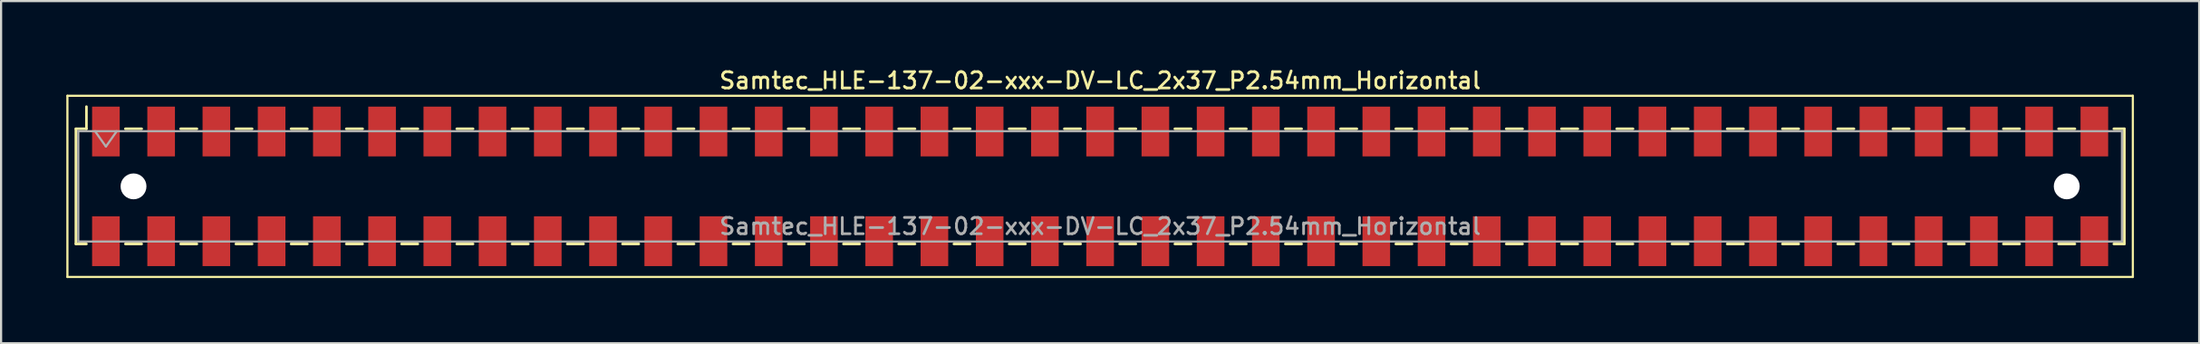
<source format=kicad_pcb>
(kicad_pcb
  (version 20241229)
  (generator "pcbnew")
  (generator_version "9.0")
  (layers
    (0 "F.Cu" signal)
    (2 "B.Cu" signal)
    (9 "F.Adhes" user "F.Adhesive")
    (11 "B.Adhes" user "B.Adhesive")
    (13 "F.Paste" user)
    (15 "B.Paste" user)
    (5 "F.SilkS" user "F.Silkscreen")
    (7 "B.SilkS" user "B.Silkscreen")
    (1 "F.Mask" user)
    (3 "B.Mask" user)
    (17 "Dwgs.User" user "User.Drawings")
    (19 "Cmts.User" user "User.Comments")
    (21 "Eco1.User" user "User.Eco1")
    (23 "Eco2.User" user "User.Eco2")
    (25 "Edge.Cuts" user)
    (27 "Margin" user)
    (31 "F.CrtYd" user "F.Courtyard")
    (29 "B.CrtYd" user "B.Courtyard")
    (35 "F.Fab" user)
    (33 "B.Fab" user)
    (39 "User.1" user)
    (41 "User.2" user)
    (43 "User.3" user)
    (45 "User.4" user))
  (footprint "Samtec_HLE-137-02-xxx-DV-LC_2x37_P2.54mm_Horizontal"
    (layer "F.Cu")
    (at 47.54 5.528)
    (property "Reference" "Samtec_HLE-137-02-xxx-DV-LC_2x37_P2.54mm_Horizontal" (at 0 -4.87 0) (layer "F.SilkS") (effects (font (size 0.75 0.75) (thickness 0.125))))
    (attr smd)
    (fp_line (start -47.49 -4.17) (end 47.49 -4.17) (stroke (width 0.1) (type solid)) (layer "F.SilkS"))
    (fp_line (start -47.49 4.17) (end -47.49 -4.17) (stroke (width 0.1) (type solid)) (layer "F.SilkS"))
    (fp_line (start -47.1 -2.65) (end -47.1 2.65) (stroke (width 0.12) (type solid)) (layer "F.SilkS"))
    (fp_line (start -47.1 2.65) (end -46.615 2.65) (stroke (width 0.12) (type solid)) (layer "F.SilkS"))
    (fp_line (start -46.615 -3.67) (end -46.615 -2.65) (stroke (width 0.12) (type solid)) (layer "F.SilkS"))
    (fp_line (start -46.615 -2.65) (end -47.1 -2.65) (stroke (width 0.12) (type solid)) (layer "F.SilkS"))
    (fp_line (start -44.825 -2.65) (end -44.075 -2.65) (stroke (width 0.12) (type solid)) (layer "F.SilkS"))
    (fp_line (start -44.825 2.65) (end -44.075 2.65) (stroke (width 0.12) (type solid)) (layer "F.SilkS"))
    (fp_line (start -42.285 -2.65) (end -41.535 -2.65) (stroke (width 0.12) (type solid)) (layer "F.SilkS"))
    (fp_line (start -42.285 2.65) (end -41.535 2.65) (stroke (width 0.12) (type solid)) (layer "F.SilkS"))
    (fp_line (start -39.745 -2.65) (end -38.995 -2.65) (stroke (width 0.12) (type solid)) (layer "F.SilkS"))
    (fp_line (start -39.745 2.65) (end -38.995 2.65) (stroke (width 0.12) (type solid)) (layer "F.SilkS"))
    (fp_line (start -37.205 -2.65) (end -36.455 -2.65) (stroke (width 0.12) (type solid)) (layer "F.SilkS"))
    (fp_line (start -37.205 2.65) (end -36.455 2.65) (stroke (width 0.12) (type solid)) (layer "F.SilkS"))
    (fp_line (start -34.665 -2.65) (end -33.915 -2.65) (stroke (width 0.12) (type solid)) (layer "F.SilkS"))
    (fp_line (start -34.665 2.65) (end -33.915 2.65) (stroke (width 0.12) (type solid)) (layer "F.SilkS"))
    (fp_line (start -32.125 -2.65) (end -31.375 -2.65) (stroke (width 0.12) (type solid)) (layer "F.SilkS"))
    (fp_line (start -32.125 2.65) (end -31.375 2.65) (stroke (width 0.12) (type solid)) (layer "F.SilkS"))
    (fp_line (start -29.585 -2.65) (end -28.835 -2.65) (stroke (width 0.12) (type solid)) (layer "F.SilkS"))
    (fp_line (start -29.585 2.65) (end -28.835 2.65) (stroke (width 0.12) (type solid)) (layer "F.SilkS"))
    (fp_line (start -27.045 -2.65) (end -26.295 -2.65) (stroke (width 0.12) (type solid)) (layer "F.SilkS"))
    (fp_line (start -27.045 2.65) (end -26.295 2.65) (stroke (width 0.12) (type solid)) (layer "F.SilkS"))
    (fp_line (start -24.505 -2.65) (end -23.755 -2.65) (stroke (width 0.12) (type solid)) (layer "F.SilkS"))
    (fp_line (start -24.505 2.65) (end -23.755 2.65) (stroke (width 0.12) (type solid)) (layer "F.SilkS"))
    (fp_line (start -21.965 -2.65) (end -21.215 -2.65) (stroke (width 0.12) (type solid)) (layer "F.SilkS"))
    (fp_line (start -21.965 2.65) (end -21.215 2.65) (stroke (width 0.12) (type solid)) (layer "F.SilkS"))
    (fp_line (start -19.425 -2.65) (end -18.675 -2.65) (stroke (width 0.12) (type solid)) (layer "F.SilkS"))
    (fp_line (start -19.425 2.65) (end -18.675 2.65) (stroke (width 0.12) (type solid)) (layer "F.SilkS"))
    (fp_line (start -16.885 -2.65) (end -16.135 -2.65) (stroke (width 0.12) (type solid)) (layer "F.SilkS"))
    (fp_line (start -16.885 2.65) (end -16.135 2.65) (stroke (width 0.12) (type solid)) (layer "F.SilkS"))
    (fp_line (start -14.345 -2.65) (end -13.595 -2.65) (stroke (width 0.12) (type solid)) (layer "F.SilkS"))
    (fp_line (start -14.345 2.65) (end -13.595 2.65) (stroke (width 0.12) (type solid)) (layer "F.SilkS"))
    (fp_line (start -11.805 -2.65) (end -11.055 -2.65) (stroke (width 0.12) (type solid)) (layer "F.SilkS"))
    (fp_line (start -11.805 2.65) (end -11.055 2.65) (stroke (width 0.12) (type solid)) (layer "F.SilkS"))
    (fp_line (start -9.265 -2.65) (end -8.515 -2.65) (stroke (width 0.12) (type solid)) (layer "F.SilkS"))
    (fp_line (start -9.265 2.65) (end -8.515 2.65) (stroke (width 0.12) (type solid)) (layer "F.SilkS"))
    (fp_line (start -6.725 -2.65) (end -5.975 -2.65) (stroke (width 0.12) (type solid)) (layer "F.SilkS"))
    (fp_line (start -6.725 2.65) (end -5.975 2.65) (stroke (width 0.12) (type solid)) (layer "F.SilkS"))
    (fp_line (start -4.185 -2.65) (end -3.435 -2.65) (stroke (width 0.12) (type solid)) (layer "F.SilkS"))
    (fp_line (start -4.185 2.65) (end -3.435 2.65) (stroke (width 0.12) (type solid)) (layer "F.SilkS"))
    (fp_line (start -1.645 -2.65) (end -0.895 -2.65) (stroke (width 0.12) (type solid)) (layer "F.SilkS"))
    (fp_line (start -1.645 2.65) (end -0.895 2.65) (stroke (width 0.12) (type solid)) (layer "F.SilkS"))
    (fp_line (start 0.895 -2.65) (end 1.645 -2.65) (stroke (width 0.12) (type solid)) (layer "F.SilkS"))
    (fp_line (start 0.895 2.65) (end 1.645 2.65) (stroke (width 0.12) (type solid)) (layer "F.SilkS"))
    (fp_line (start 3.435 -2.65) (end 4.185 -2.65) (stroke (width 0.12) (type solid)) (layer "F.SilkS"))
    (fp_line (start 3.435 2.65) (end 4.185 2.65) (stroke (width 0.12) (type solid)) (layer "F.SilkS"))
    (fp_line (start 5.975 -2.65) (end 6.725 -2.65) (stroke (width 0.12) (type solid)) (layer "F.SilkS"))
    (fp_line (start 5.975 2.65) (end 6.725 2.65) (stroke (width 0.12) (type solid)) (layer "F.SilkS"))
    (fp_line (start 8.515 -2.65) (end 9.265 -2.65) (stroke (width 0.12) (type solid)) (layer "F.SilkS"))
    (fp_line (start 8.515 2.65) (end 9.265 2.65) (stroke (width 0.12) (type solid)) (layer "F.SilkS"))
    (fp_line (start 11.055 -2.65) (end 11.805 -2.65) (stroke (width 0.12) (type solid)) (layer "F.SilkS"))
    (fp_line (start 11.055 2.65) (end 11.805 2.65) (stroke (width 0.12) (type solid)) (layer "F.SilkS"))
    (fp_line (start 13.595 -2.65) (end 14.345 -2.65) (stroke (width 0.12) (type solid)) (layer "F.SilkS"))
    (fp_line (start 13.595 2.65) (end 14.345 2.65) (stroke (width 0.12) (type solid)) (layer "F.SilkS"))
    (fp_line (start 16.135 -2.65) (end 16.885 -2.65) (stroke (width 0.12) (type solid)) (layer "F.SilkS"))
    (fp_line (start 16.135 2.65) (end 16.885 2.65) (stroke (width 0.12) (type solid)) (layer "F.SilkS"))
    (fp_line (start 18.675 -2.65) (end 19.425 -2.65) (stroke (width 0.12) (type solid)) (layer "F.SilkS"))
    (fp_line (start 18.675 2.65) (end 19.425 2.65) (stroke (width 0.12) (type solid)) (layer "F.SilkS"))
    (fp_line (start 21.215 -2.65) (end 21.965 -2.65) (stroke (width 0.12) (type solid)) (layer "F.SilkS"))
    (fp_line (start 21.215 2.65) (end 21.965 2.65) (stroke (width 0.12) (type solid)) (layer "F.SilkS"))
    (fp_line (start 23.755 -2.65) (end 24.505 -2.65) (stroke (width 0.12) (type solid)) (layer "F.SilkS"))
    (fp_line (start 23.755 2.65) (end 24.505 2.65) (stroke (width 0.12) (type solid)) (layer "F.SilkS"))
    (fp_line (start 26.295 -2.65) (end 27.045 -2.65) (stroke (width 0.12) (type solid)) (layer "F.SilkS"))
    (fp_line (start 26.295 2.65) (end 27.045 2.65) (stroke (width 0.12) (type solid)) (layer "F.SilkS"))
    (fp_line (start 28.835 -2.65) (end 29.585 -2.65) (stroke (width 0.12) (type solid)) (layer "F.SilkS"))
    (fp_line (start 28.835 2.65) (end 29.585 2.65) (stroke (width 0.12) (type solid)) (layer "F.SilkS"))
    (fp_line (start 31.375 -2.65) (end 32.125 -2.65) (stroke (width 0.12) (type solid)) (layer "F.SilkS"))
    (fp_line (start 31.375 2.65) (end 32.125 2.65) (stroke (width 0.12) (type solid)) (layer "F.SilkS"))
    (fp_line (start 33.915 -2.65) (end 34.665 -2.65) (stroke (width 0.12) (type solid)) (layer "F.SilkS"))
    (fp_line (start 33.915 2.65) (end 34.665 2.65) (stroke (width 0.12) (type solid)) (layer "F.SilkS"))
    (fp_line (start 36.455 -2.65) (end 37.205 -2.65) (stroke (width 0.12) (type solid)) (layer "F.SilkS"))
    (fp_line (start 36.455 2.65) (end 37.205 2.65) (stroke (width 0.12) (type solid)) (layer "F.SilkS"))
    (fp_line (start 38.995 -2.65) (end 39.745 -2.65) (stroke (width 0.12) (type solid)) (layer "F.SilkS"))
    (fp_line (start 38.995 2.65) (end 39.745 2.65) (stroke (width 0.12) (type solid)) (layer "F.SilkS"))
    (fp_line (start 41.535 -2.65) (end 42.285 -2.65) (stroke (width 0.12) (type solid)) (layer "F.SilkS"))
    (fp_line (start 41.535 2.65) (end 42.285 2.65) (stroke (width 0.12) (type solid)) (layer "F.SilkS"))
    (fp_line (start 44.075 -2.65) (end 44.825 -2.65) (stroke (width 0.12) (type solid)) (layer "F.SilkS"))
    (fp_line (start 44.075 2.65) (end 44.825 2.65) (stroke (width 0.12) (type solid)) (layer "F.SilkS"))
    (fp_line (start 46.615 -2.65) (end 47.1 -2.65) (stroke (width 0.12) (type solid)) (layer "F.SilkS"))
    (fp_line (start 47.1 -2.65) (end 47.1 2.65) (stroke (width 0.12) (type solid)) (layer "F.SilkS"))
    (fp_line (start 47.1 2.65) (end 46.615 2.65) (stroke (width 0.12) (type solid)) (layer "F.SilkS"))
    (fp_line (start 47.49 -4.17) (end 47.49 4.17) (stroke (width 0.1) (type solid)) (layer "F.SilkS"))
    (fp_line (start 47.49 4.17) (end -47.49 4.17) (stroke (width 0.1) (type solid)) (layer "F.SilkS"))
    (fp_line (start -46.99 -2.54) (end 46.99 -2.54) (stroke (width 0.1) (type solid)) (layer "F.Fab"))
    (fp_line (start -46.99 2.54) (end -46.99 -2.54) (stroke (width 0.1) (type solid)) (layer "F.Fab"))
    (fp_line (start -46.22 -2.54) (end -45.72 -1.833) (stroke (width 0.1) (type solid)) (layer "F.Fab"))
    (fp_line (start -45.72 -1.833) (end -45.22 -2.54) (stroke (width 0.1) (type solid)) (layer "F.Fab"))
    (fp_line (start 46.99 -2.54) (end 46.99 2.54) (stroke (width 0.1) (type solid)) (layer "F.Fab"))
    (fp_line (start 46.99 2.54) (end -46.99 2.54) (stroke (width 0.1) (type solid)) (layer "F.Fab"))
    (fp_text user "${REFERENCE}" (at 0 1.84 0) (layer "F.Fab") (effects (font (size 0.75 0.75) (thickness 0.125))))
    (pad "" np_thru_hole circle (at -44.45 0) (size 1.19 1.19) (drill 1.19) (layers "*.Cu" "*.Mask"))
    (pad "" np_thru_hole circle (at 44.45 0) (size 1.19 1.19) (drill 1.19) (layers "*.Cu" "*.Mask"))
    (pad "1" smd rect (at -45.72 -2.525) (size 1.27 2.29) (layers "F.Cu" "F.Mask" "F.Paste"))
    (pad "2" smd rect (at -45.72 2.525) (size 1.27 2.29) (layers "F.Cu" "F.Mask" "F.Paste"))
    (pad "3" smd rect (at -43.18 -2.525) (size 1.27 2.29) (layers "F.Cu" "F.Mask" "F.Paste"))
    (pad "4" smd rect (at -43.18 2.525) (size 1.27 2.29) (layers "F.Cu" "F.Mask" "F.Paste"))
    (pad "5" smd rect (at -40.64 -2.525) (size 1.27 2.29) (layers "F.Cu" "F.Mask" "F.Paste"))
    (pad "6" smd rect (at -40.64 2.525) (size 1.27 2.29) (layers "F.Cu" "F.Mask" "F.Paste"))
    (pad "7" smd rect (at -38.1 -2.525) (size 1.27 2.29) (layers "F.Cu" "F.Mask" "F.Paste"))
    (pad "8" smd rect (at -38.1 2.525) (size 1.27 2.29) (layers "F.Cu" "F.Mask" "F.Paste"))
    (pad "9" smd rect (at -35.56 -2.525) (size 1.27 2.29) (layers "F.Cu" "F.Mask" "F.Paste"))
    (pad "10" smd rect (at -35.56 2.525) (size 1.27 2.29) (layers "F.Cu" "F.Mask" "F.Paste"))
    (pad "11" smd rect (at -33.02 -2.525) (size 1.27 2.29) (layers "F.Cu" "F.Mask" "F.Paste"))
    (pad "12" smd rect (at -33.02 2.525) (size 1.27 2.29) (layers "F.Cu" "F.Mask" "F.Paste"))
    (pad "13" smd rect (at -30.48 -2.525) (size 1.27 2.29) (layers "F.Cu" "F.Mask" "F.Paste"))
    (pad "14" smd rect (at -30.48 2.525) (size 1.27 2.29) (layers "F.Cu" "F.Mask" "F.Paste"))
    (pad "15" smd rect (at -27.94 -2.525) (size 1.27 2.29) (layers "F.Cu" "F.Mask" "F.Paste"))
    (pad "16" smd rect (at -27.94 2.525) (size 1.27 2.29) (layers "F.Cu" "F.Mask" "F.Paste"))
    (pad "17" smd rect (at -25.4 -2.525) (size 1.27 2.29) (layers "F.Cu" "F.Mask" "F.Paste"))
    (pad "18" smd rect (at -25.4 2.525) (size 1.27 2.29) (layers "F.Cu" "F.Mask" "F.Paste"))
    (pad "19" smd rect (at -22.86 -2.525) (size 1.27 2.29) (layers "F.Cu" "F.Mask" "F.Paste"))
    (pad "20" smd rect (at -22.86 2.525) (size 1.27 2.29) (layers "F.Cu" "F.Mask" "F.Paste"))
    (pad "21" smd rect (at -20.32 -2.525) (size 1.27 2.29) (layers "F.Cu" "F.Mask" "F.Paste"))
    (pad "22" smd rect (at -20.32 2.525) (size 1.27 2.29) (layers "F.Cu" "F.Mask" "F.Paste"))
    (pad "23" smd rect (at -17.78 -2.525) (size 1.27 2.29) (layers "F.Cu" "F.Mask" "F.Paste"))
    (pad "24" smd rect (at -17.78 2.525) (size 1.27 2.29) (layers "F.Cu" "F.Mask" "F.Paste"))
    (pad "25" smd rect (at -15.24 -2.525) (size 1.27 2.29) (layers "F.Cu" "F.Mask" "F.Paste"))
    (pad "26" smd rect (at -15.24 2.525) (size 1.27 2.29) (layers "F.Cu" "F.Mask" "F.Paste"))
    (pad "27" smd rect (at -12.7 -2.525) (size 1.27 2.29) (layers "F.Cu" "F.Mask" "F.Paste"))
    (pad "28" smd rect (at -12.7 2.525) (size 1.27 2.29) (layers "F.Cu" "F.Mask" "F.Paste"))
    (pad "29" smd rect (at -10.16 -2.525) (size 1.27 2.29) (layers "F.Cu" "F.Mask" "F.Paste"))
    (pad "30" smd rect (at -10.16 2.525) (size 1.27 2.29) (layers "F.Cu" "F.Mask" "F.Paste"))
    (pad "31" smd rect (at -7.62 -2.525) (size 1.27 2.29) (layers "F.Cu" "F.Mask" "F.Paste"))
    (pad "32" smd rect (at -7.62 2.525) (size 1.27 2.29) (layers "F.Cu" "F.Mask" "F.Paste"))
    (pad "33" smd rect (at -5.08 -2.525) (size 1.27 2.29) (layers "F.Cu" "F.Mask" "F.Paste"))
    (pad "34" smd rect (at -5.08 2.525) (size 1.27 2.29) (layers "F.Cu" "F.Mask" "F.Paste"))
    (pad "35" smd rect (at -2.54 -2.525) (size 1.27 2.29) (layers "F.Cu" "F.Mask" "F.Paste"))
    (pad "36" smd rect (at -2.54 2.525) (size 1.27 2.29) (layers "F.Cu" "F.Mask" "F.Paste"))
    (pad "37" smd rect (at 0 -2.525) (size 1.27 2.29) (layers "F.Cu" "F.Mask" "F.Paste"))
    (pad "38" smd rect (at 0 2.525) (size 1.27 2.29) (layers "F.Cu" "F.Mask" "F.Paste"))
    (pad "39" smd rect (at 2.54 -2.525) (size 1.27 2.29) (layers "F.Cu" "F.Mask" "F.Paste"))
    (pad "40" smd rect (at 2.54 2.525) (size 1.27 2.29) (layers "F.Cu" "F.Mask" "F.Paste"))
    (pad "41" smd rect (at 5.08 -2.525) (size 1.27 2.29) (layers "F.Cu" "F.Mask" "F.Paste"))
    (pad "42" smd rect (at 5.08 2.525) (size 1.27 2.29) (layers "F.Cu" "F.Mask" "F.Paste"))
    (pad "43" smd rect (at 7.62 -2.525) (size 1.27 2.29) (layers "F.Cu" "F.Mask" "F.Paste"))
    (pad "44" smd rect (at 7.62 2.525) (size 1.27 2.29) (layers "F.Cu" "F.Mask" "F.Paste"))
    (pad "45" smd rect (at 10.16 -2.525) (size 1.27 2.29) (layers "F.Cu" "F.Mask" "F.Paste"))
    (pad "46" smd rect (at 10.16 2.525) (size 1.27 2.29) (layers "F.Cu" "F.Mask" "F.Paste"))
    (pad "47" smd rect (at 12.7 -2.525) (size 1.27 2.29) (layers "F.Cu" "F.Mask" "F.Paste"))
    (pad "48" smd rect (at 12.7 2.525) (size 1.27 2.29) (layers "F.Cu" "F.Mask" "F.Paste"))
    (pad "49" smd rect (at 15.24 -2.525) (size 1.27 2.29) (layers "F.Cu" "F.Mask" "F.Paste"))
    (pad "50" smd rect (at 15.24 2.525) (size 1.27 2.29) (layers "F.Cu" "F.Mask" "F.Paste"))
    (pad "51" smd rect (at 17.78 -2.525) (size 1.27 2.29) (layers "F.Cu" "F.Mask" "F.Paste"))
    (pad "52" smd rect (at 17.78 2.525) (size 1.27 2.29) (layers "F.Cu" "F.Mask" "F.Paste"))
    (pad "53" smd rect (at 20.32 -2.525) (size 1.27 2.29) (layers "F.Cu" "F.Mask" "F.Paste"))
    (pad "54" smd rect (at 20.32 2.525) (size 1.27 2.29) (layers "F.Cu" "F.Mask" "F.Paste"))
    (pad "55" smd rect (at 22.86 -2.525) (size 1.27 2.29) (layers "F.Cu" "F.Mask" "F.Paste"))
    (pad "56" smd rect (at 22.86 2.525) (size 1.27 2.29) (layers "F.Cu" "F.Mask" "F.Paste"))
    (pad "57" smd rect (at 25.4 -2.525) (size 1.27 2.29) (layers "F.Cu" "F.Mask" "F.Paste"))
    (pad "58" smd rect (at 25.4 2.525) (size 1.27 2.29) (layers "F.Cu" "F.Mask" "F.Paste"))
    (pad "59" smd rect (at 27.94 -2.525) (size 1.27 2.29) (layers "F.Cu" "F.Mask" "F.Paste"))
    (pad "60" smd rect (at 27.94 2.525) (size 1.27 2.29) (layers "F.Cu" "F.Mask" "F.Paste"))
    (pad "61" smd rect (at 30.48 -2.525) (size 1.27 2.29) (layers "F.Cu" "F.Mask" "F.Paste"))
    (pad "62" smd rect (at 30.48 2.525) (size 1.27 2.29) (layers "F.Cu" "F.Mask" "F.Paste"))
    (pad "63" smd rect (at 33.02 -2.525) (size 1.27 2.29) (layers "F.Cu" "F.Mask" "F.Paste"))
    (pad "64" smd rect (at 33.02 2.525) (size 1.27 2.29) (layers "F.Cu" "F.Mask" "F.Paste"))
    (pad "65" smd rect (at 35.56 -2.525) (size 1.27 2.29) (layers "F.Cu" "F.Mask" "F.Paste"))
    (pad "66" smd rect (at 35.56 2.525) (size 1.27 2.29) (layers "F.Cu" "F.Mask" "F.Paste"))
    (pad "67" smd rect (at 38.1 -2.525) (size 1.27 2.29) (layers "F.Cu" "F.Mask" "F.Paste"))
    (pad "68" smd rect (at 38.1 2.525) (size 1.27 2.29) (layers "F.Cu" "F.Mask" "F.Paste"))
    (pad "69" smd rect (at 40.64 -2.525) (size 1.27 2.29) (layers "F.Cu" "F.Mask" "F.Paste"))
    (pad "70" smd rect (at 40.64 2.525) (size 1.27 2.29) (layers "F.Cu" "F.Mask" "F.Paste"))
    (pad "71" smd rect (at 43.18 -2.525) (size 1.27 2.29) (layers "F.Cu" "F.Mask" "F.Paste"))
    (pad "72" smd rect (at 43.18 2.525) (size 1.27 2.29) (layers "F.Cu" "F.Mask" "F.Paste"))
    (pad "73" smd rect (at 45.72 -2.525) (size 1.27 2.29) (layers "F.Cu" "F.Mask" "F.Paste"))
    (pad "74" smd rect (at 45.72 2.525) (size 1.27 2.29) (layers "F.Cu" "F.Mask" "F.Paste")))
  (gr_rect
    (start -3 -3)
    (end 98.08 12.748)
    (stroke (width 0.1) (type default))
    (fill no)
    (layer "Edge.Cuts")))
</source>
